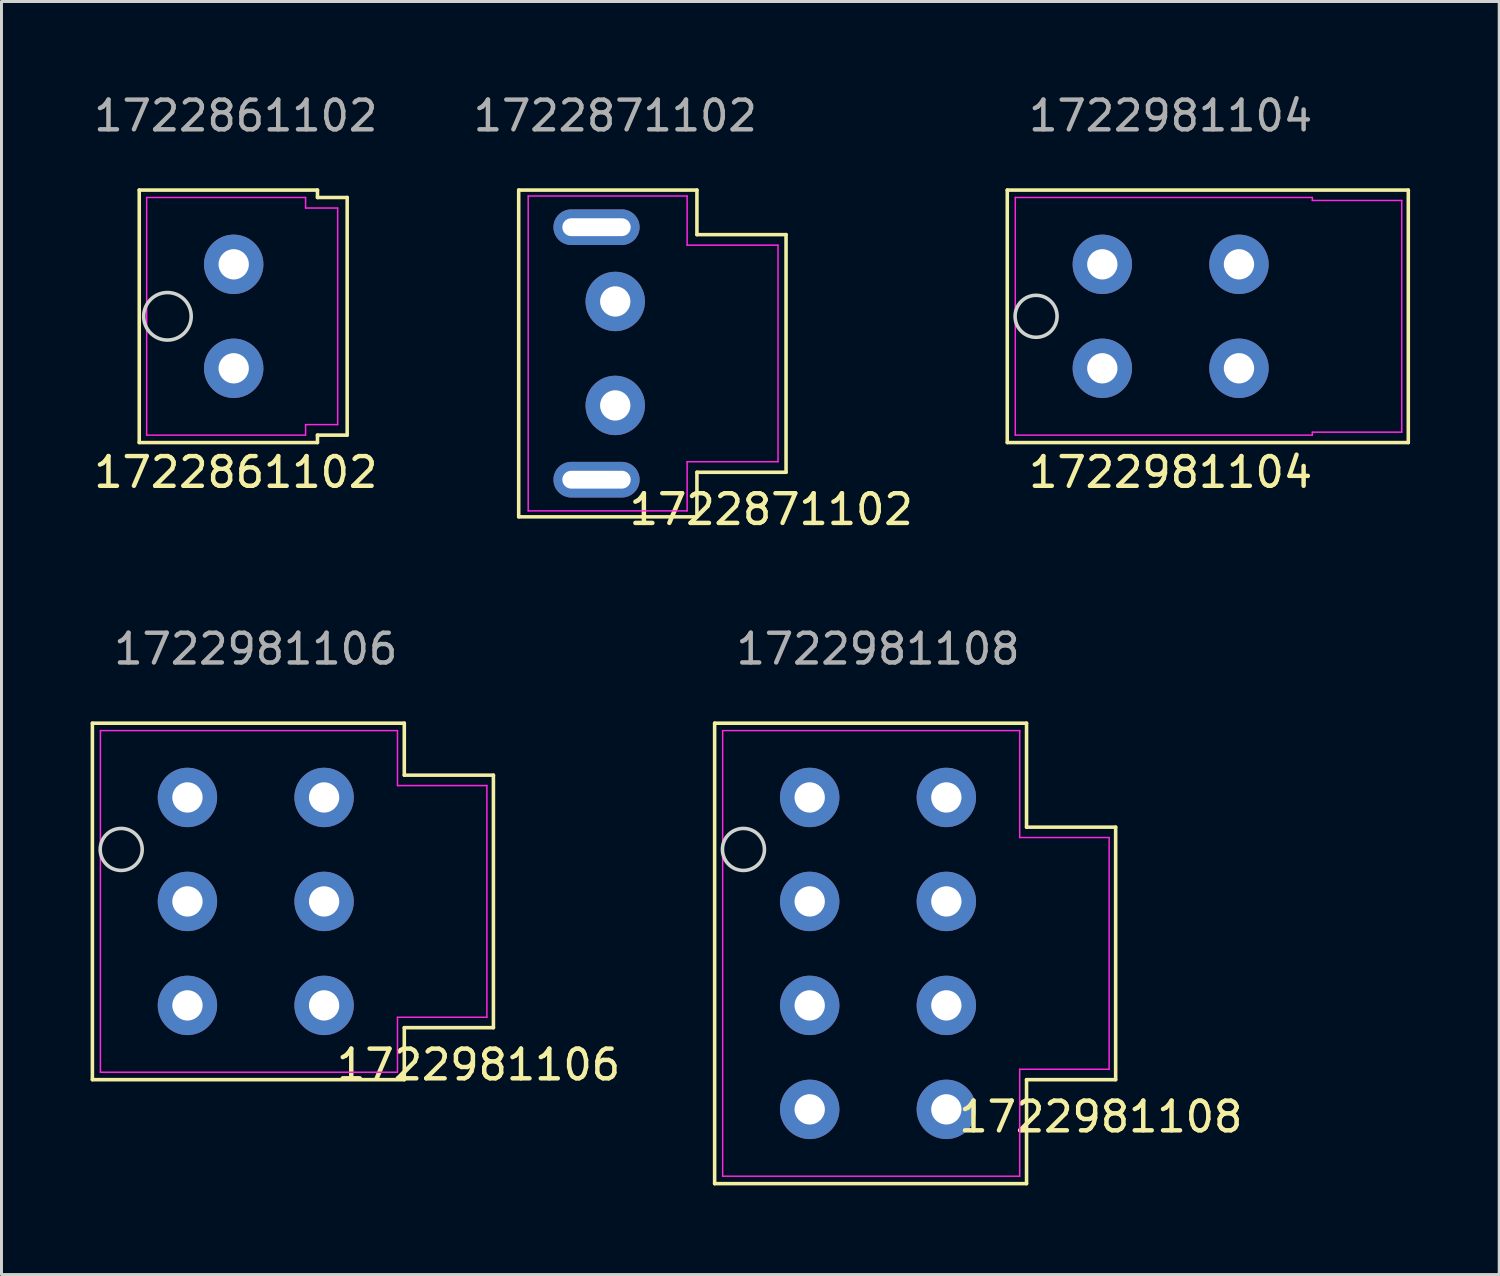
<source format=kicad_pcb>
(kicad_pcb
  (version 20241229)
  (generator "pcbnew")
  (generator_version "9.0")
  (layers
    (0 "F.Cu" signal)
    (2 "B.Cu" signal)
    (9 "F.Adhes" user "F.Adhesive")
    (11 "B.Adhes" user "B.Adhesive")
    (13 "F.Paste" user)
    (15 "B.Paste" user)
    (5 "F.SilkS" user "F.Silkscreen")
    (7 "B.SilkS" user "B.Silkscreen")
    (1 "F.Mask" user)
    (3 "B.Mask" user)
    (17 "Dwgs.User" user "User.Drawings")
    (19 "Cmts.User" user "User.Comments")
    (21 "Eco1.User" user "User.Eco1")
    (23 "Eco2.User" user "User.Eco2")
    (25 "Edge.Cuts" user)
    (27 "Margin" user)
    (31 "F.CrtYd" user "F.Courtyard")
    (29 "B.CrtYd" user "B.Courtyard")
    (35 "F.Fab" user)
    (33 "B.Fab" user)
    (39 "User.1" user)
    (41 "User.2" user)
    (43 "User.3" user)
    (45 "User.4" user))
  (footprint "1722861102"
    (layer "F.Cu")
    (at 4.887 7.598)
    (property "Reference" "1722861102" (at 0 5.25 0) (unlocked yes) (layer "F.SilkS") (effects (font (size 1 1) (thickness 0.15))))
    (fp_line (start -3.25 -4.25) (end 2.75 -4.25) (stroke (width 0.12) (type solid)) (layer "F.SilkS"))
    (fp_line (start -3.25 4.25) (end -3.25 -4.25) (stroke (width 0.12) (type solid)) (layer "F.SilkS"))
    (fp_line (start 2.75 -4.25) (end 2.75 -4) (stroke (width 0.12) (type solid)) (layer "F.SilkS"))
    (fp_line (start 2.75 -4) (end 3.75 -4) (stroke (width 0.12) (type solid)) (layer "F.SilkS"))
    (fp_line (start 2.75 4) (end 2.75 4.25) (stroke (width 0.12) (type solid)) (layer "F.SilkS"))
    (fp_line (start 2.75 4.25) (end -3.25 4.25) (stroke (width 0.12) (type solid)) (layer "F.SilkS"))
    (fp_line (start 3.75 -4) (end 3.75 4) (stroke (width 0.12) (type solid)) (layer "F.SilkS"))
    (fp_line (start 3.75 4) (end 2.75 4) (stroke (width 0.12) (type solid)) (layer "F.SilkS"))
    (fp_circle (center -2.3 0) (end -1.5 0) (stroke (width 0.12) (type solid)) (fill no) (layer "Edge.Cuts"))
    (fp_line (start -3 -4) (end -3 4) (stroke (width 0.05) (type solid)) (layer "F.CrtYd"))
    (fp_line (start -3 4) (end 2.35 4) (stroke (width 0.05) (type solid)) (layer "F.CrtYd"))
    (fp_line (start 2.35 -4) (end -3 -4) (stroke (width 0.05) (type solid)) (layer "F.CrtYd"))
    (fp_line (start 2.35 -4) (end 2.35 -3.645) (stroke (width 0.05) (type solid)) (layer "F.CrtYd"))
    (fp_line (start 2.35 4) (end 2.35 3.645) (stroke (width 0.05) (type solid)) (layer "F.CrtYd"))
    (fp_line (start 3.43 -3.645) (end 2.35 -3.645) (stroke (width 0.05) (type solid)) (layer "F.CrtYd"))
    (fp_line (start 3.43 -3.645) (end 3.43 3.645) (stroke (width 0.05) (type solid)) (layer "F.CrtYd"))
    (fp_line (start 3.43 3.645) (end 2.35 3.645) (stroke (width 0.05) (type solid)) (layer "F.CrtYd"))
    (fp_text user "${REFERENCE}" (at 0 -6.75 0) (unlocked yes) (layer "F.Fab") (effects (font (size 1 1) (thickness 0.15))))
    (pad "1" thru_hole circle (at -0.07 -1.75) (size 2 2) (drill 1.02) (layers "*.Cu" "*.Mask"))
    (pad "2" thru_hole circle (at -0.07 1.75) (size 2 2) (drill 1.02) (layers "*.Cu" "*.Mask")))
  (footprint "1722981106"
    (layer "F.Cu")
    (at 5.56 27.295)
    (property "Reference" "1722981106" (at 7.5 5.5 0) (unlocked yes) (layer "F.SilkS") (effects (font (size 1 1) (thickness 0.15))))
    (fp_line (start -5.5 -6) (end 5 -6) (stroke (width 0.12) (type solid)) (layer "F.SilkS"))
    (fp_line (start -5.5 6) (end -5.5 -6) (stroke (width 0.12) (type solid)) (layer "F.SilkS"))
    (fp_line (start 5 -6) (end 5 -4.25) (stroke (width 0.12) (type solid)) (layer "F.SilkS"))
    (fp_line (start 5 -4.25) (end 8 -4.25) (stroke (width 0.12) (type solid)) (layer "F.SilkS"))
    (fp_line (start 5 4.25) (end 5 6) (stroke (width 0.12) (type solid)) (layer "F.SilkS"))
    (fp_line (start 5 6) (end -5.5 6) (stroke (width 0.12) (type solid)) (layer "F.SilkS"))
    (fp_line (start 8 -4.25) (end 8 4.25) (stroke (width 0.12) (type solid)) (layer "F.SilkS"))
    (fp_line (start 8 4.25) (end 5 4.25) (stroke (width 0.12) (type solid)) (layer "F.SilkS"))
    (fp_circle (center -4.53 -1.75) (end -3.823 -1.75) (stroke (width 0.12) (type solid)) (fill no) (layer "Edge.Cuts"))
    (fp_line (start -5.23 -5.75) (end -5.23 5.75) (stroke (width 0.05) (type solid)) (layer "F.CrtYd"))
    (fp_line (start -5.23 -5.75) (end 4.77 -5.75) (stroke (width 0.05) (type solid)) (layer "F.CrtYd"))
    (fp_line (start -5.23 5.75) (end 4.77 5.75) (stroke (width 0.05) (type solid)) (layer "F.CrtYd"))
    (fp_line (start 4.77 -3.9) (end 4.77 -5.75) (stroke (width 0.05) (type solid)) (layer "F.CrtYd"))
    (fp_line (start 4.77 3.9) (end 4.77 5.75) (stroke (width 0.05) (type solid)) (layer "F.CrtYd"))
    (fp_line (start 7.78 -3.9) (end 4.77 -3.9) (stroke (width 0.05) (type solid)) (layer "F.CrtYd"))
    (fp_line (start 7.78 -3.9) (end 7.78 3.9) (stroke (width 0.05) (type solid)) (layer "F.CrtYd"))
    (fp_line (start 7.78 3.9) (end 4.77 3.9) (stroke (width 0.05) (type solid)) (layer "F.CrtYd"))
    (fp_text user "${REFERENCE}" (at 0 -8.5 0) (unlocked yes) (layer "F.Fab") (effects (font (size 1 1) (thickness 0.15))))
    (pad "1" thru_hole circle (at -2.3 -3.5) (size 2 2) (drill 1.02) (layers "*.Cu" "*.Mask"))
    (pad "2" thru_hole circle (at 2.3 -3.5) (size 2 2) (drill 1.02) (layers "*.Cu" "*.Mask"))
    (pad "3" thru_hole circle (at -2.3 0) (size 2 2) (drill 1.02) (layers "*.Cu" "*.Mask"))
    (pad "4" thru_hole circle (at 2.3 0) (size 2 2) (drill 1.02) (layers "*.Cu" "*.Mask"))
    (pad "5" thru_hole circle (at -2.3 3.5) (size 2 2) (drill 1.02) (layers "*.Cu" "*.Mask"))
    (pad "6" thru_hole circle (at 2.3 3.5) (size 2 2) (drill 1.02) (layers "*.Cu" "*.Mask")))
  (footprint "1722981108"
    (layer "F.Cu")
    (at 26.507 29.045)
    (property "Reference" "1722981108" (at 7.5 5.5 0) (unlocked yes) (layer "F.SilkS") (effects (font (size 1 1) (thickness 0.15))))
    (fp_line (start -5.5 -7.75) (end 5 -7.75) (stroke (width 0.12) (type solid)) (layer "F.SilkS"))
    (fp_line (start -5.5 7.75) (end -5.5 -7.75) (stroke (width 0.12) (type solid)) (layer "F.SilkS"))
    (fp_line (start 5 -7.75) (end 5 -4.25) (stroke (width 0.12) (type solid)) (layer "F.SilkS"))
    (fp_line (start 5 -4.25) (end 8 -4.25) (stroke (width 0.12) (type solid)) (layer "F.SilkS"))
    (fp_line (start 5 4.25) (end 5 7.75) (stroke (width 0.12) (type solid)) (layer "F.SilkS"))
    (fp_line (start 5 7.75) (end -5.5 7.75) (stroke (width 0.12) (type solid)) (layer "F.SilkS"))
    (fp_line (start 8 -4.25) (end 8 4.25) (stroke (width 0.12) (type solid)) (layer "F.SilkS"))
    (fp_line (start 8 4.25) (end 5 4.25) (stroke (width 0.12) (type solid)) (layer "F.SilkS"))
    (fp_circle (center -4.53 -3.5) (end -3.823 -3.5) (stroke (width 0.12) (type solid)) (fill no) (layer "Edge.Cuts"))
    (fp_line (start -5.23 -7.5) (end -5.23 7.5) (stroke (width 0.05) (type solid)) (layer "F.CrtYd"))
    (fp_line (start -5.23 -7.5) (end 4.77 -7.5) (stroke (width 0.05) (type solid)) (layer "F.CrtYd"))
    (fp_line (start -5.23 7.5) (end 4.77 7.5) (stroke (width 0.05) (type solid)) (layer "F.CrtYd"))
    (fp_line (start 4.77 -3.9) (end 4.77 -7.5) (stroke (width 0.05) (type solid)) (layer "F.CrtYd"))
    (fp_line (start 4.77 3.9) (end 4.77 7.5) (stroke (width 0.05) (type solid)) (layer "F.CrtYd"))
    (fp_line (start 7.78 -3.9) (end 4.77 -3.9) (stroke (width 0.05) (type solid)) (layer "F.CrtYd"))
    (fp_line (start 7.78 -3.9) (end 7.78 3.9) (stroke (width 0.05) (type solid)) (layer "F.CrtYd"))
    (fp_line (start 7.78 3.9) (end 4.77 3.9) (stroke (width 0.05) (type solid)) (layer "F.CrtYd"))
    (fp_text user "${REFERENCE}" (at 0 -10.25 0) (unlocked yes) (layer "F.Fab") (effects (font (size 1 1) (thickness 0.15))))
    (pad "1" thru_hole circle (at -2.3 -5.25) (size 2 2) (drill 1.02) (layers "*.Cu" "*.Mask"))
    (pad "2" thru_hole circle (at 2.3 -5.25) (size 2 2) (drill 1.02) (layers "*.Cu" "*.Mask"))
    (pad "3" thru_hole circle (at -2.3 -1.75) (size 2 2) (drill 1.02) (layers "*.Cu" "*.Mask"))
    (pad "4" thru_hole circle (at 2.3 -1.75) (size 2 2) (drill 1.02) (layers "*.Cu" "*.Mask"))
    (pad "5" thru_hole circle (at -2.3 1.75) (size 2 2) (drill 1.02) (layers "*.Cu" "*.Mask"))
    (pad "6" thru_hole circle (at 2.3 1.75) (size 2 2) (drill 1.02) (layers "*.Cu" "*.Mask"))
    (pad "7" thru_hole circle (at -2.3 5.25) (size 2 2) (drill 1.02) (layers "*.Cu" "*.Mask"))
    (pad "8" thru_hole circle (at 2.3 5.25) (size 2 2) (drill 1.02) (layers "*.Cu" "*.Mask")))
  (footprint "1722871102"
    (layer "F.Cu")
    (at 17.661 8.848)
    (property "Reference" "1722871102" (at 5.25 5.25 0) (unlocked yes) (layer "F.SilkS") (effects (font (size 1 1) (thickness 0.15))))
    (fp_line (start -3.25 -5.5) (end 2.75 -5.5) (stroke (width 0.12) (type solid)) (layer "F.SilkS"))
    (fp_line (start -3.25 5.5) (end -3.25 -5.5) (stroke (width 0.12) (type solid)) (layer "F.SilkS"))
    (fp_line (start 2.75 -5.5) (end 2.75 -4) (stroke (width 0.12) (type solid)) (layer "F.SilkS"))
    (fp_line (start 2.75 -4) (end 5.75 -4) (stroke (width 0.12) (type solid)) (layer "F.SilkS"))
    (fp_line (start 2.75 4) (end 2.75 5.5) (stroke (width 0.12) (type solid)) (layer "F.SilkS"))
    (fp_line (start 2.75 5.5) (end -3.25 5.5) (stroke (width 0.12) (type solid)) (layer "F.SilkS"))
    (fp_line (start 5.75 -4) (end 5.75 4) (stroke (width 0.12) (type solid)) (layer "F.SilkS"))
    (fp_line (start 5.75 4) (end 2.75 4) (stroke (width 0.12) (type solid)) (layer "F.SilkS"))
    (fp_line (start -2.93 -5.3) (end -2.93 5.3) (stroke (width 0.05) (type solid)) (layer "F.CrtYd"))
    (fp_line (start -2.93 -5.3) (end 2.42 -5.3) (stroke (width 0.05) (type solid)) (layer "F.CrtYd"))
    (fp_line (start -2.93 5.3) (end 2.42 5.3) (stroke (width 0.05) (type solid)) (layer "F.CrtYd"))
    (fp_line (start 2.42 -5.3) (end 2.42 -3.645) (stroke (width 0.05) (type solid)) (layer "F.CrtYd"))
    (fp_line (start 2.42 -3.645) (end 5.48 -3.645) (stroke (width 0.05) (type solid)) (layer "F.CrtYd"))
    (fp_line (start 2.42 3.645) (end 5.48 3.645) (stroke (width 0.05) (type solid)) (layer "F.CrtYd"))
    (fp_line (start 2.42 5.3) (end 2.42 3.645) (stroke (width 0.05) (type solid)) (layer "F.CrtYd"))
    (fp_line (start 5.48 -3.645) (end 5.48 3.645) (stroke (width 0.05) (type solid)) (layer "F.CrtYd"))
    (fp_text user "${REFERENCE}" (at 0 -8 0) (unlocked yes) (layer "F.Fab") (effects (font (size 1 1) (thickness 0.15))))
    (pad "1" thru_hole circle (at 0 -1.75) (size 2 2) (drill 1.02) (layers "*.Cu" "*.Mask"))
    (pad "2" thru_hole circle (at 0 1.75) (size 2 2) (drill 1.02) (layers "*.Cu" "*.Mask"))
    (pad "3" thru_hole oval (at -0.63 -4.25) (size 2.9 1.2) (drill oval 2.3 0.6) (layers "*.Cu" "*.Mask"))
    (pad "3" thru_hole oval (at -0.63 4.25) (size 2.9 1.2) (drill oval 2.3 0.6) (layers "*.Cu" "*.Mask")))
  (footprint "1722981104"
    (layer "F.Cu")
    (at 36.358 7.598)
    (property "Reference" "1722981104" (at 0 5.25 0) (unlocked yes) (layer "F.SilkS") (effects (font (size 1 1) (thickness 0.15))))
    (fp_line (start -5.5 -4.25) (end -5.5 4.25) (stroke (width 0.12) (type solid)) (layer "F.SilkS"))
    (fp_line (start -5.5 4.25) (end 8 4.25) (stroke (width 0.12) (type solid)) (layer "F.SilkS"))
    (fp_line (start 8 -4.25) (end -5.5 -4.25) (stroke (width 0.12) (type solid)) (layer "F.SilkS"))
    (fp_line (start 8 4.25) (end 8 -4.25) (stroke (width 0.12) (type solid)) (layer "F.SilkS"))
    (fp_circle (center -4.53 0) (end -3.823 0) (stroke (width 0.12) (type solid)) (fill no) (layer "Edge.Cuts"))
    (fp_line (start -5.23 -4) (end -5.23 4) (stroke (width 0.05) (type solid)) (layer "F.CrtYd"))
    (fp_line (start -5.23 -4) (end 4.77 -4) (stroke (width 0.05) (type solid)) (layer "F.CrtYd"))
    (fp_line (start -5.23 4) (end 4.77 4) (stroke (width 0.05) (type solid)) (layer "F.CrtYd"))
    (fp_line (start 4.77 -3.9) (end 4.77 -4) (stroke (width 0.05) (type solid)) (layer "F.CrtYd"))
    (fp_line (start 4.77 3.9) (end 4.77 4) (stroke (width 0.05) (type solid)) (layer "F.CrtYd"))
    (fp_line (start 7.78 -3.9) (end 4.77 -3.9) (stroke (width 0.05) (type solid)) (layer "F.CrtYd"))
    (fp_line (start 7.78 -3.9) (end 7.78 3.9) (stroke (width 0.05) (type solid)) (layer "F.CrtYd"))
    (fp_line (start 7.78 3.9) (end 4.77 3.9) (stroke (width 0.05) (type solid)) (layer "F.CrtYd"))
    (fp_text user "${REFERENCE}" (at 0 -6.75 0) (unlocked yes) (layer "F.Fab") (effects (font (size 1 1) (thickness 0.15))))
    (pad "1" thru_hole circle (at -2.3 -1.75) (size 2 2) (drill 1.02) (layers "*.Cu" "*.Mask"))
    (pad "2" thru_hole circle (at 2.3 -1.75) (size 2 2) (drill 1.02) (layers "*.Cu" "*.Mask"))
    (pad "3" thru_hole circle (at -2.3 1.75) (size 2 2) (drill 1.02) (layers "*.Cu" "*.Mask"))
    (pad "4" thru_hole circle (at 2.3 1.75) (size 2 2) (drill 1.02) (layers "*.Cu" "*.Mask")))
  (gr_rect
    (start -3 -3)
    (end 47.418 39.855)
    (stroke (width 0.1) (type default))
    (fill no)
    (layer "Edge.Cuts")))
</source>
